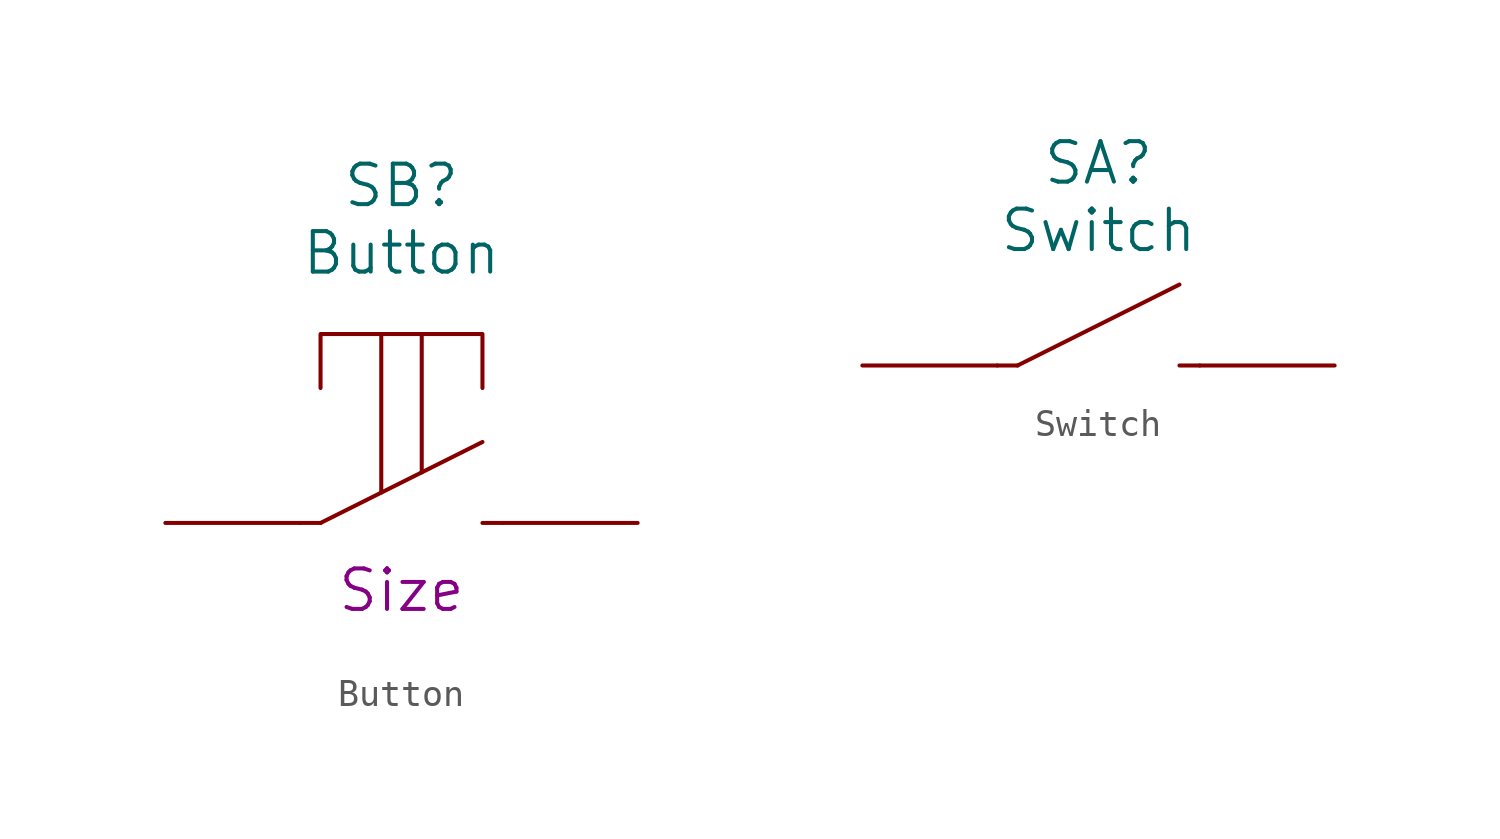
<source format=kicad_sym>
(kicad_symbol_lib
  (version 20220914)
  (generator kicad_symbol_editor)
  (symbol "Button"
    (pin_numbers hide)
    (pin_names
      (offset 1.016) hide)
    (property "Reference" "SB"
      (at 0 12.7 0)
      (effects (font (size 1.524 1.524))))
    (property "Value" "Button"
      (at 0 10.16 0)
      (effects (font (size 1.524 1.524))))
    (property "Footprint" ""
      (at -8.89 0 0)
      (effects (font (size 1.524 1.524))))
    (property "Datasheet" ""
      (at -8.89 0 0)
      (effects (font (size 1.524 1.524))))
    (property "Size" "Size"
      (at 0 -2.54 0)
      (effects (font (size 1.524 1.524))))
    (symbol "Button_0_1"
      (polyline (pts (xy -3.048 0) (xy -3.81 0)) (stroke (width 0) (type solid)) (fill (type none)))
      (polyline (pts (xy -3.048 0) (xy 3.048 3.048)) (stroke (width 0) (type solid)) (fill (type none)))
      (polyline (pts (xy -0.762 1.143) (xy -0.762 7.112)) (stroke (width 0) (type solid)) (fill (type none)))
      (polyline (pts (xy 3.81 0) (xy 3.048 0)) (stroke (width 0) (type solid)) (fill (type none)))
      (polyline (pts (xy 0.762 1.905) (xy 0.762 3.937) (xy 0.762 7.112)) (stroke (width 0) (type solid)) (fill (type none)))
      (polyline (pts (xy 3.048 5.08) (xy 3.048 7.112) (xy -3.048 7.112) (xy -3.048 5.08)) (stroke (width 0) (type solid)) (fill (type none))))
    (symbol "Button_1_1"
      (pin passive line (at -8.89 0 0) (length 5.08) (name "1" (effects (font (size 1.27 1.27)))) (number "1" (effects (font (size 1.27 1.27)))))
      (pin passive line (at 8.89 0 180) (length 5.08) (name "2" (effects (font (size 1.27 1.27)))) (number "2" (effects (font (size 1.27 1.27)))))))
  (symbol "Switch"
    (pin_numbers hide)
    (pin_names
      (offset 1.016) hide)
    (property "Reference" "SA"
      (at 0 7.62 0)
      (effects (font (size 1.524 1.524))))
    (property "Value" "Switch"
      (at 0 5.08 0)
      (effects (font (size 1.524 1.524))))
    (property "Footprint" ""
      (at -8.89 0 0)
      (effects (font (size 1.524 1.524))))
    (property "Datasheet" ""
      (at -8.89 0 0)
      (effects (font (size 1.524 1.524))))
    (symbol "Switch_0_1"
      (polyline (pts (xy -3.048 0) (xy -3.81 0)) (stroke (width 0) (type solid)) (fill (type none)))
      (polyline (pts (xy -3.048 0) (xy 3.048 3.048)) (stroke (width 0) (type solid)) (fill (type none)))
      (polyline (pts (xy 3.81 0) (xy 3.048 0)) (stroke (width 0) (type solid)) (fill (type none))))
    (symbol "Switch_1_1"
      (pin passive line (at -8.89 0 0) (length 5.08) (name "1" (effects (font (size 1.27 1.27)))) (number "1" (effects (font (size 1.27 1.27)))))
      (pin passive line (at 8.89 0 180) (length 5.08) (name "2" (effects (font (size 1.27 1.27)))) (number "2" (effects (font (size 1.27 1.27))))))))
</source>
